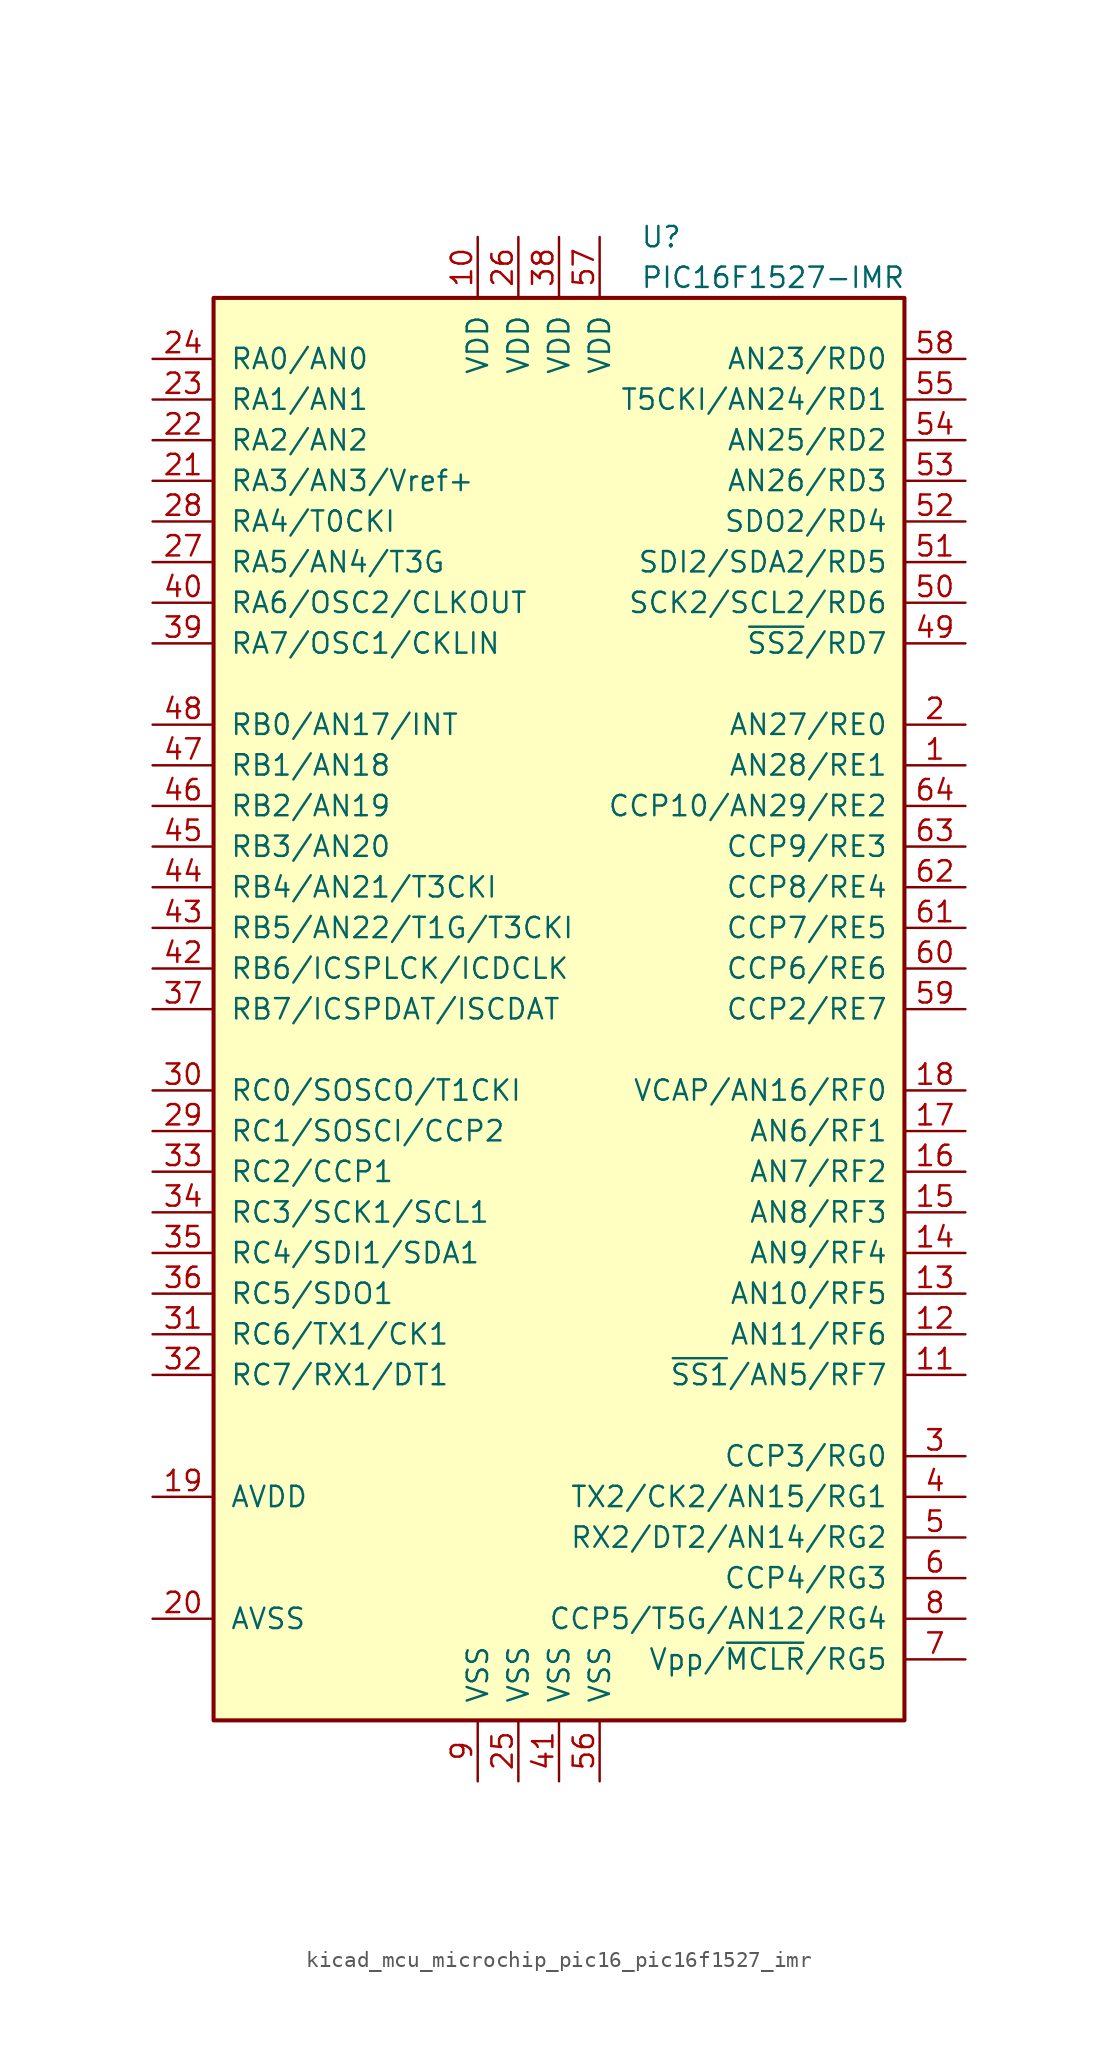
<source format=kicad_sym>
(kicad_symbol_lib
  (version 20220914)
  (generator kicad_symbol_editor)
  (symbol "kicad_mcu_microchip_pic16_pic16f1527_imr"
    (pin_names
      (offset 1.016))
    (property "Reference" "U"
      (at 5.08 48.26 0)
      (effects (font (size 1.27 1.27)) (justify left)))
    (property "Value" "PIC16F1527-IMR"
      (at 5.08 45.72 0)
      (effects (font (size 1.27 1.27)) (justify left)))
    (symbol "kicad_mcu_microchip_pic16_pic16f1527_imr_0_1"
      (rectangle (start -21.59 44.45) (end 21.59 -44.45) (stroke (width 0.254) (type default)) (fill (type background))))
    (symbol "kicad_mcu_microchip_pic16_pic16f1527_imr_1_1"
      (pin bidirectional line (at 25.4 15.24 180) (length 3.81) (name "AN28/RE1" (effects (font (size 1.27 1.27)))) (number "1" (effects (font (size 1.27 1.27)))))
      (pin power_in line (at -5.08 48.26 270) (length 3.81) (name "VDD" (effects (font (size 1.27 1.27)))) (number "10" (effects (font (size 1.27 1.27)))))
      (pin bidirectional line (at 25.4 -22.86 180) (length 3.81) (name "~{SS1}/AN5/RF7" (effects (font (size 1.27 1.27)))) (number "11" (effects (font (size 1.27 1.27)))))
      (pin bidirectional line (at 25.4 -20.32 180) (length 3.81) (name "AN11/RF6" (effects (font (size 1.27 1.27)))) (number "12" (effects (font (size 1.27 1.27)))))
      (pin bidirectional line (at 25.4 -17.78 180) (length 3.81) (name "AN10/RF5" (effects (font (size 1.27 1.27)))) (number "13" (effects (font (size 1.27 1.27)))))
      (pin bidirectional line (at 25.4 -15.24 180) (length 3.81) (name "AN9/RF4" (effects (font (size 1.27 1.27)))) (number "14" (effects (font (size 1.27 1.27)))))
      (pin bidirectional line (at 25.4 -12.7 180) (length 3.81) (name "AN8/RF3" (effects (font (size 1.27 1.27)))) (number "15" (effects (font (size 1.27 1.27)))))
      (pin bidirectional line (at 25.4 -10.16 180) (length 3.81) (name "AN7/RF2" (effects (font (size 1.27 1.27)))) (number "16" (effects (font (size 1.27 1.27)))))
      (pin bidirectional line (at 25.4 -7.62 180) (length 3.81) (name "AN6/RF1" (effects (font (size 1.27 1.27)))) (number "17" (effects (font (size 1.27 1.27)))))
      (pin bidirectional line (at 25.4 -5.08 180) (length 3.81) (name "VCAP/AN16/RF0" (effects (font (size 1.27 1.27)))) (number "18" (effects (font (size 1.27 1.27)))))
      (pin power_in line (at -25.4 -30.48 0) (length 3.81) (name "AVDD" (effects (font (size 1.27 1.27)))) (number "19" (effects (font (size 1.27 1.27)))))
      (pin bidirectional line (at 25.4 17.78 180) (length 3.81) (name "AN27/RE0" (effects (font (size 1.27 1.27)))) (number "2" (effects (font (size 1.27 1.27)))))
      (pin power_in line (at -25.4 -38.1 0) (length 3.81) (name "AVSS" (effects (font (size 1.27 1.27)))) (number "20" (effects (font (size 1.27 1.27)))))
      (pin bidirectional line (at -25.4 33.02 0) (length 3.81) (name "RA3/AN3/Vref+" (effects (font (size 1.27 1.27)))) (number "21" (effects (font (size 1.27 1.27)))))
      (pin bidirectional line (at -25.4 35.56 0) (length 3.81) (name "RA2/AN2" (effects (font (size 1.27 1.27)))) (number "22" (effects (font (size 1.27 1.27)))))
      (pin bidirectional line (at -25.4 38.1 0) (length 3.81) (name "RA1/AN1" (effects (font (size 1.27 1.27)))) (number "23" (effects (font (size 1.27 1.27)))))
      (pin bidirectional line (at -25.4 40.64 0) (length 3.81) (name "RA0/AN0" (effects (font (size 1.27 1.27)))) (number "24" (effects (font (size 1.27 1.27)))))
      (pin power_in line (at -2.54 -48.26 90) (length 3.81) (name "VSS" (effects (font (size 1.27 1.27)))) (number "25" (effects (font (size 1.27 1.27)))))
      (pin power_in line (at -2.54 48.26 270) (length 3.81) (name "VDD" (effects (font (size 1.27 1.27)))) (number "26" (effects (font (size 1.27 1.27)))))
      (pin bidirectional line (at -25.4 27.94 0) (length 3.81) (name "RA5/AN4/T3G" (effects (font (size 1.27 1.27)))) (number "27" (effects (font (size 1.27 1.27)))))
      (pin bidirectional line (at -25.4 30.48 0) (length 3.81) (name "RA4/T0CKI" (effects (font (size 1.27 1.27)))) (number "28" (effects (font (size 1.27 1.27)))))
      (pin bidirectional line (at -25.4 -7.62 0) (length 3.81) (name "RC1/SOSCI/CCP2" (effects (font (size 1.27 1.27)))) (number "29" (effects (font (size 1.27 1.27)))))
      (pin bidirectional line (at 25.4 -27.94 180) (length 3.81) (name "CCP3/RG0" (effects (font (size 1.27 1.27)))) (number "3" (effects (font (size 1.27 1.27)))))
      (pin bidirectional line (at -25.4 -5.08 0) (length 3.81) (name "RC0/SOSCO/T1CKI" (effects (font (size 1.27 1.27)))) (number "30" (effects (font (size 1.27 1.27)))))
      (pin bidirectional line (at -25.4 -20.32 0) (length 3.81) (name "RC6/TX1/CK1" (effects (font (size 1.27 1.27)))) (number "31" (effects (font (size 1.27 1.27)))))
      (pin bidirectional line (at -25.4 -22.86 0) (length 3.81) (name "RC7/RX1/DT1" (effects (font (size 1.27 1.27)))) (number "32" (effects (font (size 1.27 1.27)))))
      (pin bidirectional line (at -25.4 -10.16 0) (length 3.81) (name "RC2/CCP1" (effects (font (size 1.27 1.27)))) (number "33" (effects (font (size 1.27 1.27)))))
      (pin bidirectional line (at -25.4 -12.7 0) (length 3.81) (name "RC3/SCK1/SCL1" (effects (font (size 1.27 1.27)))) (number "34" (effects (font (size 1.27 1.27)))))
      (pin bidirectional line (at -25.4 -15.24 0) (length 3.81) (name "RC4/SDI1/SDA1" (effects (font (size 1.27 1.27)))) (number "35" (effects (font (size 1.27 1.27)))))
      (pin bidirectional line (at -25.4 -17.78 0) (length 3.81) (name "RC5/SDO1" (effects (font (size 1.27 1.27)))) (number "36" (effects (font (size 1.27 1.27)))))
      (pin bidirectional line (at -25.4 0 0) (length 3.81) (name "RB7/ICSPDAT/ISCDAT" (effects (font (size 1.27 1.27)))) (number "37" (effects (font (size 1.27 1.27)))))
      (pin power_in line (at 0 48.26 270) (length 3.81) (name "VDD" (effects (font (size 1.27 1.27)))) (number "38" (effects (font (size 1.27 1.27)))))
      (pin bidirectional line (at -25.4 22.86 0) (length 3.81) (name "RA7/OSC1/CKLIN" (effects (font (size 1.27 1.27)))) (number "39" (effects (font (size 1.27 1.27)))))
      (pin bidirectional line (at 25.4 -30.48 180) (length 3.81) (name "TX2/CK2/AN15/RG1" (effects (font (size 1.27 1.27)))) (number "4" (effects (font (size 1.27 1.27)))))
      (pin bidirectional line (at -25.4 25.4 0) (length 3.81) (name "RA6/OSC2/CLKOUT" (effects (font (size 1.27 1.27)))) (number "40" (effects (font (size 1.27 1.27)))))
      (pin power_in line (at 0 -48.26 90) (length 3.81) (name "VSS" (effects (font (size 1.27 1.27)))) (number "41" (effects (font (size 1.27 1.27)))))
      (pin bidirectional line (at -25.4 2.54 0) (length 3.81) (name "RB6/ICSPLCK/ICDCLK" (effects (font (size 1.27 1.27)))) (number "42" (effects (font (size 1.27 1.27)))))
      (pin bidirectional line (at -25.4 5.08 0) (length 3.81) (name "RB5/AN22/T1G/T3CKI" (effects (font (size 1.27 1.27)))) (number "43" (effects (font (size 1.27 1.27)))))
      (pin bidirectional line (at -25.4 7.62 0) (length 3.81) (name "RB4/AN21/T3CKI" (effects (font (size 1.27 1.27)))) (number "44" (effects (font (size 1.27 1.27)))))
      (pin bidirectional line (at -25.4 10.16 0) (length 3.81) (name "RB3/AN20" (effects (font (size 1.27 1.27)))) (number "45" (effects (font (size 1.27 1.27)))))
      (pin bidirectional line (at -25.4 12.7 0) (length 3.81) (name "RB2/AN19" (effects (font (size 1.27 1.27)))) (number "46" (effects (font (size 1.27 1.27)))))
      (pin bidirectional line (at -25.4 15.24 0) (length 3.81) (name "RB1/AN18" (effects (font (size 1.27 1.27)))) (number "47" (effects (font (size 1.27 1.27)))))
      (pin bidirectional line (at -25.4 17.78 0) (length 3.81) (name "RB0/AN17/INT" (effects (font (size 1.27 1.27)))) (number "48" (effects (font (size 1.27 1.27)))))
      (pin bidirectional line (at 25.4 22.86 180) (length 3.81) (name "~{SS2}/RD7" (effects (font (size 1.27 1.27)))) (number "49" (effects (font (size 1.27 1.27)))))
      (pin bidirectional line (at 25.4 -33.02 180) (length 3.81) (name "RX2/DT2/AN14/RG2" (effects (font (size 1.27 1.27)))) (number "5" (effects (font (size 1.27 1.27)))))
      (pin bidirectional line (at 25.4 25.4 180) (length 3.81) (name "SCK2/SCL2/RD6" (effects (font (size 1.27 1.27)))) (number "50" (effects (font (size 1.27 1.27)))))
      (pin bidirectional line (at 25.4 27.94 180) (length 3.81) (name "SDI2/SDA2/RD5" (effects (font (size 1.27 1.27)))) (number "51" (effects (font (size 1.27 1.27)))))
      (pin bidirectional line (at 25.4 30.48 180) (length 3.81) (name "SDO2/RD4" (effects (font (size 1.27 1.27)))) (number "52" (effects (font (size 1.27 1.27)))))
      (pin bidirectional line (at 25.4 33.02 180) (length 3.81) (name "AN26/RD3" (effects (font (size 1.27 1.27)))) (number "53" (effects (font (size 1.27 1.27)))))
      (pin bidirectional line (at 25.4 35.56 180) (length 3.81) (name "AN25/RD2" (effects (font (size 1.27 1.27)))) (number "54" (effects (font (size 1.27 1.27)))))
      (pin bidirectional line (at 25.4 38.1 180) (length 3.81) (name "T5CKI/AN24/RD1" (effects (font (size 1.27 1.27)))) (number "55" (effects (font (size 1.27 1.27)))))
      (pin power_in line (at 2.54 -48.26 90) (length 3.81) (name "VSS" (effects (font (size 1.27 1.27)))) (number "56" (effects (font (size 1.27 1.27)))))
      (pin power_in line (at 2.54 48.26 270) (length 3.81) (name "VDD" (effects (font (size 1.27 1.27)))) (number "57" (effects (font (size 1.27 1.27)))))
      (pin bidirectional line (at 25.4 40.64 180) (length 3.81) (name "AN23/RD0" (effects (font (size 1.27 1.27)))) (number "58" (effects (font (size 1.27 1.27)))))
      (pin bidirectional line (at 25.4 0 180) (length 3.81) (name "CCP2/RE7" (effects (font (size 1.27 1.27)))) (number "59" (effects (font (size 1.27 1.27)))))
      (pin bidirectional line (at 25.4 -35.56 180) (length 3.81) (name "CCP4/RG3" (effects (font (size 1.27 1.27)))) (number "6" (effects (font (size 1.27 1.27)))))
      (pin bidirectional line (at 25.4 2.54 180) (length 3.81) (name "CCP6/RE6" (effects (font (size 1.27 1.27)))) (number "60" (effects (font (size 1.27 1.27)))))
      (pin bidirectional line (at 25.4 5.08 180) (length 3.81) (name "CCP7/RE5" (effects (font (size 1.27 1.27)))) (number "61" (effects (font (size 1.27 1.27)))))
      (pin bidirectional line (at 25.4 7.62 180) (length 3.81) (name "CCP8/RE4" (effects (font (size 1.27 1.27)))) (number "62" (effects (font (size 1.27 1.27)))))
      (pin bidirectional line (at 25.4 10.16 180) (length 3.81) (name "CCP9/RE3" (effects (font (size 1.27 1.27)))) (number "63" (effects (font (size 1.27 1.27)))))
      (pin bidirectional line (at 25.4 12.7 180) (length 3.81) (name "CCP10/AN29/RE2" (effects (font (size 1.27 1.27)))) (number "64" (effects (font (size 1.27 1.27)))))
      (pin input line (at 25.4 -40.64 180) (length 3.81) (name "Vpp/~{MCLR}/RG5" (effects (font (size 1.27 1.27)))) (number "7" (effects (font (size 1.27 1.27)))))
      (pin bidirectional line (at 25.4 -38.1 180) (length 3.81) (name "CCP5/T5G/AN12/RG4" (effects (font (size 1.27 1.27)))) (number "8" (effects (font (size 1.27 1.27)))))
      (pin power_in line (at -5.08 -48.26 90) (length 3.81) (name "VSS" (effects (font (size 1.27 1.27)))) (number "9" (effects (font (size 1.27 1.27))))))))
</source>
